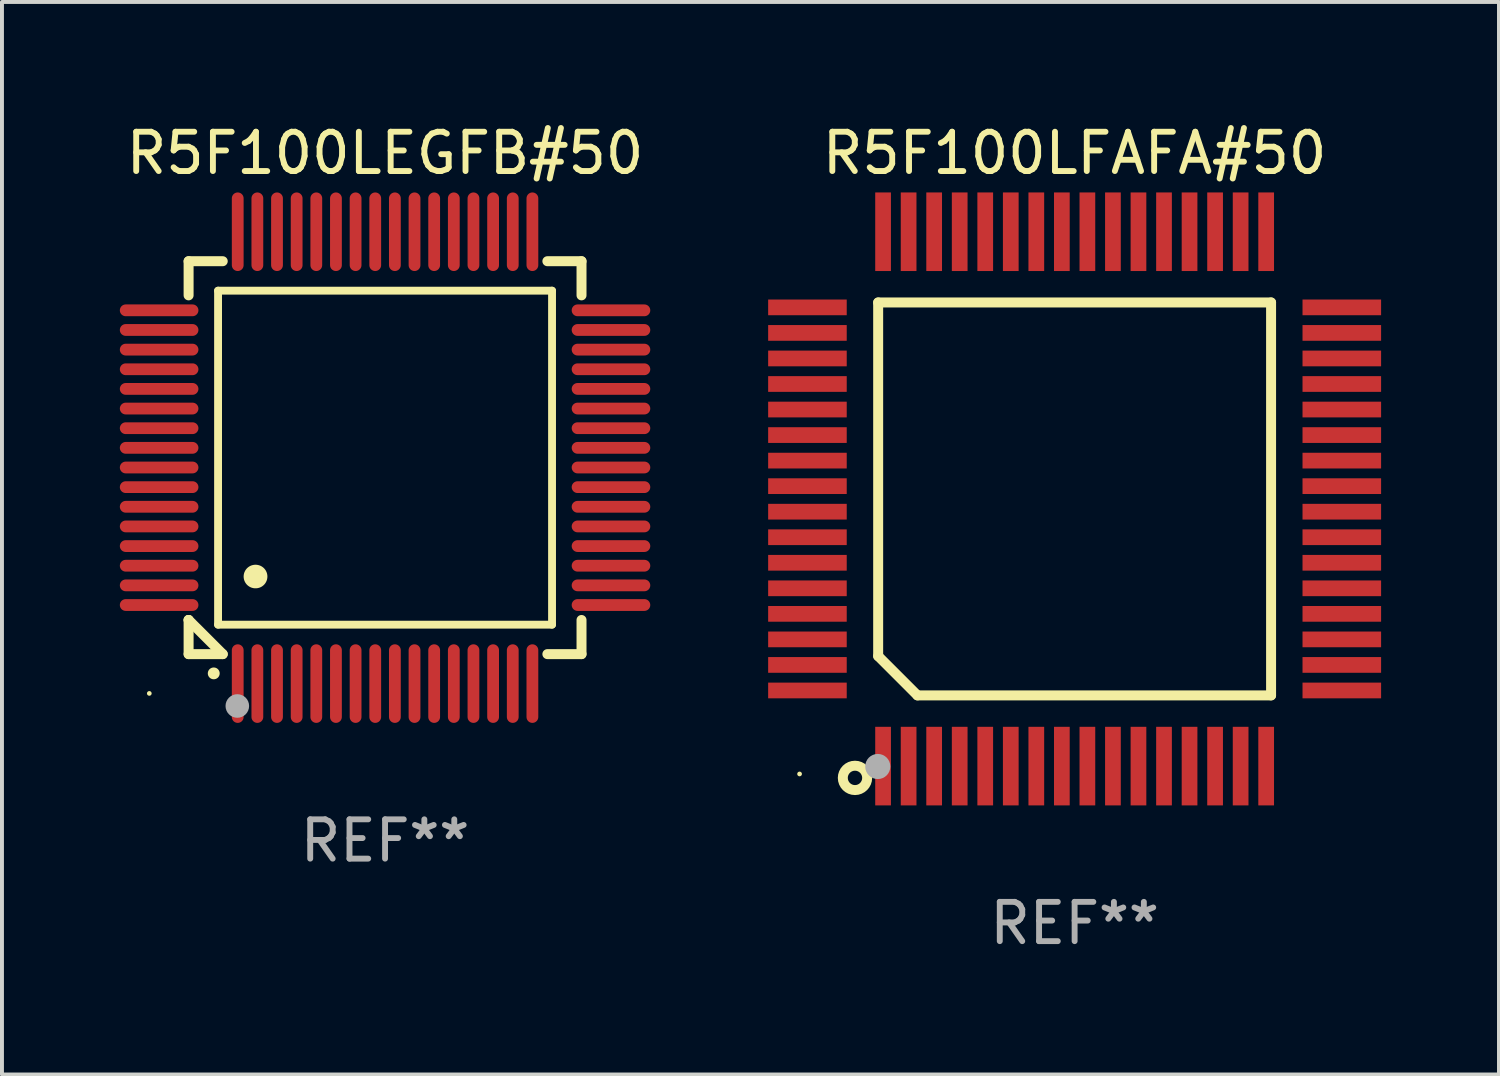
<source format=kicad_pcb>
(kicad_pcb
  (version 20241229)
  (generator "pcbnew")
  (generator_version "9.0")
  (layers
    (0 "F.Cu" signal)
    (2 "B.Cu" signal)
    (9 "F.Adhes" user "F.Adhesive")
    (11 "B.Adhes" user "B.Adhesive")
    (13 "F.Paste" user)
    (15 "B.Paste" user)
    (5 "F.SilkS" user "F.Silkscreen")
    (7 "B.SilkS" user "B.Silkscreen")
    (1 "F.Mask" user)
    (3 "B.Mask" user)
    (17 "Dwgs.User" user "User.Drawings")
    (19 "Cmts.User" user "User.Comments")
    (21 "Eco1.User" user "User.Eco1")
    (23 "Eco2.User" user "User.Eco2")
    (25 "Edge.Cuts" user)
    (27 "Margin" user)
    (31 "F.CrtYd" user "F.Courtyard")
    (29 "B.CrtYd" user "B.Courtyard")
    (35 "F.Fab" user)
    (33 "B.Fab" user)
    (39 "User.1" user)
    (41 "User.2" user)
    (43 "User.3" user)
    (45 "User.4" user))
  (footprint "R5F100LFAFA#50"
    (layer "F.Cu")
    (at 24.3 9.648)
    (property "Reference" "R5F100LFAFA#50" (at 0 -8.8 0) (layer "F.SilkS") (effects (font (size 1 1) (thickness 0.15))))
    (attr through_hole)
    (fp_line (start -5 -5) (end 5 -5) (stroke (width 0.254) (type solid)) (layer "F.SilkS"))
    (fp_line (start -5 4) (end -5 -5) (stroke (width 0.254) (type solid)) (layer "F.SilkS"))
    (fp_line (start -4 5) (end -5 4) (stroke (width 0.254) (type solid)) (layer "F.SilkS"))
    (fp_line (start 5 -5) (end 5 5) (stroke (width 0.254) (type solid)) (layer "F.SilkS"))
    (fp_line (start 5 5) (end -4 5) (stroke (width 0.254) (type solid)) (layer "F.SilkS"))
    (fp_circle (center -7 7) (end -6.97 7) (stroke (width 0.06) (type solid)) (fill no) (layer "F.SilkS"))
    (fp_circle (center -5.59 7.1) (end -5.28 7.1) (stroke (width 0.254) (type solid)) (fill no) (layer "F.SilkS"))
    (fp_circle (center -5.01 6.81) (end -4.85 6.81) (stroke (width 0.32) (type solid)) (fill no) (layer "F.Fab"))
    (fp_text user "REF**" (at 0 10.8 0) (layer "F.Fab") (effects (font (size 1 1) (thickness 0.15))))
    (pad "1" smd rect (at -4.875 6.8) (size 0.4 2) (layers "F.Cu" "F.Mask" "F.Paste"))
    (pad "2" smd rect (at -4.225 6.8) (size 0.4 2) (layers "F.Cu" "F.Mask" "F.Paste"))
    (pad "3" smd rect (at -3.575 6.8) (size 0.4 2) (layers "F.Cu" "F.Mask" "F.Paste"))
    (pad "4" smd rect (at -2.925 6.8) (size 0.4 2) (layers "F.Cu" "F.Mask" "F.Paste"))
    (pad "5" smd rect (at -2.275 6.8) (size 0.4 2) (layers "F.Cu" "F.Mask" "F.Paste"))
    (pad "6" smd rect (at -1.625 6.8) (size 0.4 2) (layers "F.Cu" "F.Mask" "F.Paste"))
    (pad "7" smd rect (at -0.975 6.8) (size 0.4 2) (layers "F.Cu" "F.Mask" "F.Paste"))
    (pad "8" smd rect (at -0.325 6.8) (size 0.4 2) (layers "F.Cu" "F.Mask" "F.Paste"))
    (pad "9" smd rect (at 0.325 6.8) (size 0.4 2) (layers "F.Cu" "F.Mask" "F.Paste"))
    (pad "10" smd rect (at 0.975 6.8) (size 0.4 2) (layers "F.Cu" "F.Mask" "F.Paste"))
    (pad "11" smd rect (at 1.625 6.8) (size 0.4 2) (layers "F.Cu" "F.Mask" "F.Paste"))
    (pad "12" smd rect (at 2.275 6.8) (size 0.4 2) (layers "F.Cu" "F.Mask" "F.Paste"))
    (pad "13" smd rect (at 2.925 6.8) (size 0.4 2) (layers "F.Cu" "F.Mask" "F.Paste"))
    (pad "14" smd rect (at 3.575 6.8) (size 0.4 2) (layers "F.Cu" "F.Mask" "F.Paste"))
    (pad "15" smd rect (at 4.225 6.8) (size 0.4 2) (layers "F.Cu" "F.Mask" "F.Paste"))
    (pad "16" smd rect (at 4.875 6.8) (size 0.4 2) (layers "F.Cu" "F.Mask" "F.Paste"))
    (pad "17" smd rect (at 6.8 4.875) (size 2 0.4) (layers "F.Cu" "F.Mask" "F.Paste"))
    (pad "18" smd rect (at 6.8 4.225) (size 2 0.4) (layers "F.Cu" "F.Mask" "F.Paste"))
    (pad "19" smd rect (at 6.8 3.575) (size 2 0.4) (layers "F.Cu" "F.Mask" "F.Paste"))
    (pad "20" smd rect (at 6.8 2.925) (size 2 0.4) (layers "F.Cu" "F.Mask" "F.Paste"))
    (pad "21" smd rect (at 6.8 2.275) (size 2 0.4) (layers "F.Cu" "F.Mask" "F.Paste"))
    (pad "22" smd rect (at 6.8 1.625) (size 2 0.4) (layers "F.Cu" "F.Mask" "F.Paste"))
    (pad "23" smd rect (at 6.8 0.975) (size 2 0.4) (layers "F.Cu" "F.Mask" "F.Paste"))
    (pad "24" smd rect (at 6.8 0.325) (size 2 0.4) (layers "F.Cu" "F.Mask" "F.Paste"))
    (pad "25" smd rect (at 6.8 -0.325) (size 2 0.4) (layers "F.Cu" "F.Mask" "F.Paste"))
    (pad "26" smd rect (at 6.8 -0.975) (size 2 0.4) (layers "F.Cu" "F.Mask" "F.Paste"))
    (pad "27" smd rect (at 6.8 -1.625) (size 2 0.4) (layers "F.Cu" "F.Mask" "F.Paste"))
    (pad "28" smd rect (at 6.8 -2.275) (size 2 0.4) (layers "F.Cu" "F.Mask" "F.Paste"))
    (pad "29" smd rect (at 6.8 -2.925) (size 2 0.4) (layers "F.Cu" "F.Mask" "F.Paste"))
    (pad "30" smd rect (at 6.8 -3.575) (size 2 0.4) (layers "F.Cu" "F.Mask" "F.Paste"))
    (pad "31" smd rect (at 6.8 -4.225) (size 2 0.4) (layers "F.Cu" "F.Mask" "F.Paste"))
    (pad "32" smd rect (at 6.8 -4.875) (size 2 0.4) (layers "F.Cu" "F.Mask" "F.Paste"))
    (pad "33" smd rect (at 4.875 -6.8) (size 0.4 2) (layers "F.Cu" "F.Mask" "F.Paste"))
    (pad "34" smd rect (at 4.225 -6.8) (size 0.4 2) (layers "F.Cu" "F.Mask" "F.Paste"))
    (pad "35" smd rect (at 3.575 -6.8) (size 0.4 2) (layers "F.Cu" "F.Mask" "F.Paste"))
    (pad "36" smd rect (at 2.925 -6.8) (size 0.4 2) (layers "F.Cu" "F.Mask" "F.Paste"))
    (pad "37" smd rect (at 2.275 -6.8) (size 0.4 2) (layers "F.Cu" "F.Mask" "F.Paste"))
    (pad "38" smd rect (at 1.625 -6.8) (size 0.4 2) (layers "F.Cu" "F.Mask" "F.Paste"))
    (pad "39" smd rect (at 0.975 -6.8) (size 0.4 2) (layers "F.Cu" "F.Mask" "F.Paste"))
    (pad "40" smd rect (at 0.325 -6.8) (size 0.4 2) (layers "F.Cu" "F.Mask" "F.Paste"))
    (pad "41" smd rect (at -0.325 -6.8) (size 0.4 2) (layers "F.Cu" "F.Mask" "F.Paste"))
    (pad "42" smd rect (at -0.975 -6.8) (size 0.4 2) (layers "F.Cu" "F.Mask" "F.Paste"))
    (pad "43" smd rect (at -1.625 -6.8) (size 0.4 2) (layers "F.Cu" "F.Mask" "F.Paste"))
    (pad "44" smd rect (at -2.275 -6.8) (size 0.4 2) (layers "F.Cu" "F.Mask" "F.Paste"))
    (pad "45" smd rect (at -2.925 -6.8) (size 0.4 2) (layers "F.Cu" "F.Mask" "F.Paste"))
    (pad "46" smd rect (at -3.575 -6.8) (size 0.4 2) (layers "F.Cu" "F.Mask" "F.Paste"))
    (pad "47" smd rect (at -4.225 -6.8) (size 0.4 2) (layers "F.Cu" "F.Mask" "F.Paste"))
    (pad "48" smd rect (at -4.875 -6.8) (size 0.4 2) (layers "F.Cu" "F.Mask" "F.Paste"))
    (pad "49" smd rect (at -6.8 -4.875) (size 2 0.4) (layers "F.Cu" "F.Mask" "F.Paste"))
    (pad "50" smd rect (at -6.8 -4.225) (size 2 0.4) (layers "F.Cu" "F.Mask" "F.Paste"))
    (pad "51" smd rect (at -6.8 -3.575) (size 2 0.4) (layers "F.Cu" "F.Mask" "F.Paste"))
    (pad "52" smd rect (at -6.8 -2.925) (size 2 0.4) (layers "F.Cu" "F.Mask" "F.Paste"))
    (pad "53" smd rect (at -6.8 -2.275) (size 2 0.4) (layers "F.Cu" "F.Mask" "F.Paste"))
    (pad "54" smd rect (at -6.8 -1.625) (size 2 0.4) (layers "F.Cu" "F.Mask" "F.Paste"))
    (pad "55" smd rect (at -6.8 -0.975) (size 2 0.4) (layers "F.Cu" "F.Mask" "F.Paste"))
    (pad "56" smd rect (at -6.8 -0.325) (size 2 0.4) (layers "F.Cu" "F.Mask" "F.Paste"))
    (pad "57" smd rect (at -6.8 0.325) (size 2 0.4) (layers "F.Cu" "F.Mask" "F.Paste"))
    (pad "58" smd rect (at -6.8 0.975) (size 2 0.4) (layers "F.Cu" "F.Mask" "F.Paste"))
    (pad "59" smd rect (at -6.8 1.625) (size 2 0.4) (layers "F.Cu" "F.Mask" "F.Paste"))
    (pad "60" smd rect (at -6.8 2.275) (size 2 0.4) (layers "F.Cu" "F.Mask" "F.Paste"))
    (pad "61" smd rect (at -6.8 2.925) (size 2 0.4) (layers "F.Cu" "F.Mask" "F.Paste"))
    (pad "62" smd rect (at -6.8 3.575) (size 2 0.4) (layers "F.Cu" "F.Mask" "F.Paste"))
    (pad "63" smd rect (at -6.8 4.225) (size 2 0.4) (layers "F.Cu" "F.Mask" "F.Paste"))
    (pad "64" smd rect (at -6.8 4.875) (size 2 0.4) (layers "F.Cu" "F.Mask" "F.Paste")))
  (footprint "R5F100LEGFB#50"
    (layer "F.Cu")
    (at 6.75 8.598)
    (property "Reference" "R5F100LEGFB#50" (at 0 -7.75 0) (layer "F.SilkS") (effects (font (size 1 1) (thickness 0.15))))
    (attr through_hole)
    (fp_line (start -5 -5) (end -4.131 -5) (stroke (width 0.254) (type solid)) (layer "F.SilkS"))
    (fp_line (start -5 -4.131) (end -5 -5) (stroke (width 0.254) (type solid)) (layer "F.SilkS"))
    (fp_line (start -5 4.131) (end -5 4.131) (stroke (width 0.254) (type solid)) (layer "F.SilkS"))
    (fp_line (start -5 5) (end -5 4.131) (stroke (width 0.254) (type solid)) (layer "F.SilkS"))
    (fp_line (start -5 4.131) (end -4.131 5) (stroke (width 0.254) (type solid)) (layer "F.SilkS"))
    (fp_line (start -4.25 -4.25) (end -4.25 4.25) (stroke (width 0.2) (type solid)) (layer "F.SilkS"))
    (fp_line (start -4.25 4.25) (end 4.25 4.25) (stroke (width 0.2) (type solid)) (layer "F.SilkS"))
    (fp_line (start -4.131 5) (end -5 5) (stroke (width 0.254) (type solid)) (layer "F.SilkS"))
    (fp_line (start 4.25 -4.25) (end -4.25 -4.25) (stroke (width 0.2) (type solid)) (layer "F.SilkS"))
    (fp_line (start 4.25 4.25) (end 4.25 -4.25) (stroke (width 0.2) (type solid)) (layer "F.SilkS"))
    (fp_line (start 5 -5) (end 4.131 -5) (stroke (width 0.254) (type solid)) (layer "F.SilkS"))
    (fp_line (start 5 -5) (end 5 -4.131) (stroke (width 0.254) (type solid)) (layer "F.SilkS"))
    (fp_line (start 5 4.131) (end 5 5) (stroke (width 0.254) (type solid)) (layer "F.SilkS"))
    (fp_line (start 5 5) (end 4.131 5) (stroke (width 0.254) (type solid)) (layer "F.SilkS"))
    (fp_arc (start -4.361265 5.489992) (mid -4.359995 5.489987) (end -4.358725 5.489992) (stroke (width 0.3) (type solid)) (layer "F.SilkS"))
    (fp_arc (start -3.299467 3.025146) (mid -3.296927 3.025135) (end -3.294387 3.025146) (stroke (width 0.6) (type solid)) (layer "F.SilkS"))
    (fp_circle (center -6 6) (end -5.97 6) (stroke (width 0.06) (type solid)) (fill no) (layer "F.SilkS"))
    (fp_circle (center -3.76 6.32) (end -3.61 6.32) (stroke (width 0.3) (type solid)) (fill no) (layer "F.Fab"))
    (fp_text user "REF**" (at 0 9.75 0) (layer "F.Fab") (effects (font (size 1 1) (thickness 0.15))))
    (pad "1" smd oval (at -3.75 5.75) (size 0.3 2) (layers "F.Cu" "F.Mask" "F.Paste"))
    (pad "2" smd oval (at -3.25 5.75) (size 0.3 2) (layers "F.Cu" "F.Mask" "F.Paste"))
    (pad "3" smd oval (at -2.75 5.75) (size 0.3 2) (layers "F.Cu" "F.Mask" "F.Paste"))
    (pad "4" smd oval (at -2.25 5.75) (size 0.3 2) (layers "F.Cu" "F.Mask" "F.Paste"))
    (pad "5" smd oval (at -1.75 5.75) (size 0.3 2) (layers "F.Cu" "F.Mask" "F.Paste"))
    (pad "6" smd oval (at -1.25 5.75) (size 0.3 2) (layers "F.Cu" "F.Mask" "F.Paste"))
    (pad "7" smd oval (at -0.75 5.75) (size 0.3 2) (layers "F.Cu" "F.Mask" "F.Paste"))
    (pad "8" smd oval (at -0.25 5.75) (size 0.3 2) (layers "F.Cu" "F.Mask" "F.Paste"))
    (pad "9" smd oval (at 0.25 5.75) (size 0.3 2) (layers "F.Cu" "F.Mask" "F.Paste"))
    (pad "10" smd oval (at 0.75 5.75) (size 0.3 2) (layers "F.Cu" "F.Mask" "F.Paste"))
    (pad "11" smd oval (at 1.25 5.75) (size 0.3 2) (layers "F.Cu" "F.Mask" "F.Paste"))
    (pad "12" smd oval (at 1.75 5.75) (size 0.3 2) (layers "F.Cu" "F.Mask" "F.Paste"))
    (pad "13" smd oval (at 2.25 5.75) (size 0.3 2) (layers "F.Cu" "F.Mask" "F.Paste"))
    (pad "14" smd oval (at 2.75 5.75) (size 0.3 2) (layers "F.Cu" "F.Mask" "F.Paste"))
    (pad "15" smd oval (at 3.25 5.75) (size 0.3 2) (layers "F.Cu" "F.Mask" "F.Paste"))
    (pad "16" smd oval (at 3.75 5.75) (size 0.3 2) (layers "F.Cu" "F.Mask" "F.Paste"))
    (pad "17" smd oval (at 5.75 3.75) (size 2 0.3) (layers "F.Cu" "F.Mask" "F.Paste"))
    (pad "18" smd oval (at 5.75 3.25) (size 2 0.3) (layers "F.Cu" "F.Mask" "F.Paste"))
    (pad "19" smd oval (at 5.75 2.75) (size 2 0.3) (layers "F.Cu" "F.Mask" "F.Paste"))
    (pad "20" smd oval (at 5.75 2.25) (size 2 0.3) (layers "F.Cu" "F.Mask" "F.Paste"))
    (pad "21" smd oval (at 5.75 1.75) (size 2 0.3) (layers "F.Cu" "F.Mask" "F.Paste"))
    (pad "22" smd oval (at 5.75 1.25) (size 2 0.3) (layers "F.Cu" "F.Mask" "F.Paste"))
    (pad "23" smd oval (at 5.75 0.75) (size 2 0.3) (layers "F.Cu" "F.Mask" "F.Paste"))
    (pad "24" smd oval (at 5.75 0.25) (size 2 0.3) (layers "F.Cu" "F.Mask" "F.Paste"))
    (pad "25" smd oval (at 5.75 -0.25) (size 2 0.3) (layers "F.Cu" "F.Mask" "F.Paste"))
    (pad "26" smd oval (at 5.75 -0.75) (size 2 0.3) (layers "F.Cu" "F.Mask" "F.Paste"))
    (pad "27" smd oval (at 5.75 -1.25) (size 2 0.3) (layers "F.Cu" "F.Mask" "F.Paste"))
    (pad "28" smd oval (at 5.75 -1.75) (size 2 0.3) (layers "F.Cu" "F.Mask" "F.Paste"))
    (pad "29" smd oval (at 5.75 -2.25) (size 2 0.3) (layers "F.Cu" "F.Mask" "F.Paste"))
    (pad "30" smd oval (at 5.75 -2.75) (size 2 0.3) (layers "F.Cu" "F.Mask" "F.Paste"))
    (pad "31" smd oval (at 5.75 -3.25) (size 2 0.3) (layers "F.Cu" "F.Mask" "F.Paste"))
    (pad "32" smd oval (at 5.75 -3.75) (size 2 0.3) (layers "F.Cu" "F.Mask" "F.Paste"))
    (pad "33" smd oval (at 3.75 -5.75) (size 0.3 2) (layers "F.Cu" "F.Mask" "F.Paste"))
    (pad "34" smd oval (at 3.25 -5.75) (size 0.3 2) (layers "F.Cu" "F.Mask" "F.Paste"))
    (pad "35" smd oval (at 2.75 -5.75) (size 0.3 2) (layers "F.Cu" "F.Mask" "F.Paste"))
    (pad "36" smd oval (at 2.25 -5.75) (size 0.3 2) (layers "F.Cu" "F.Mask" "F.Paste"))
    (pad "37" smd oval (at 1.75 -5.75) (size 0.3 2) (layers "F.Cu" "F.Mask" "F.Paste"))
    (pad "38" smd oval (at 1.25 -5.75) (size 0.3 2) (layers "F.Cu" "F.Mask" "F.Paste"))
    (pad "39" smd oval (at 0.75 -5.75) (size 0.3 2) (layers "F.Cu" "F.Mask" "F.Paste"))
    (pad "40" smd oval (at 0.25 -5.75) (size 0.3 2) (layers "F.Cu" "F.Mask" "F.Paste"))
    (pad "41" smd oval (at -0.25 -5.75) (size 0.3 2) (layers "F.Cu" "F.Mask" "F.Paste"))
    (pad "42" smd oval (at -0.75 -5.75) (size 0.3 2) (layers "F.Cu" "F.Mask" "F.Paste"))
    (pad "43" smd oval (at -1.25 -5.75) (size 0.3 2) (layers "F.Cu" "F.Mask" "F.Paste"))
    (pad "44" smd oval (at -1.75 -5.75) (size 0.3 2) (layers "F.Cu" "F.Mask" "F.Paste"))
    (pad "45" smd oval (at -2.25 -5.75) (size 0.3 2) (layers "F.Cu" "F.Mask" "F.Paste"))
    (pad "46" smd oval (at -2.75 -5.75) (size 0.3 2) (layers "F.Cu" "F.Mask" "F.Paste"))
    (pad "47" smd oval (at -3.25 -5.75) (size 0.3 2) (layers "F.Cu" "F.Mask" "F.Paste"))
    (pad "48" smd oval (at -3.75 -5.75) (size 0.3 2) (layers "F.Cu" "F.Mask" "F.Paste"))
    (pad "49" smd oval (at -5.75 -3.75) (size 2 0.3) (layers "F.Cu" "F.Mask" "F.Paste"))
    (pad "50" smd oval (at -5.75 -3.25) (size 2 0.3) (layers "F.Cu" "F.Mask" "F.Paste"))
    (pad "51" smd oval (at -5.75 -2.75) (size 2 0.3) (layers "F.Cu" "F.Mask" "F.Paste"))
    (pad "52" smd oval (at -5.75 -2.25) (size 2 0.3) (layers "F.Cu" "F.Mask" "F.Paste"))
    (pad "53" smd oval (at -5.75 -1.75) (size 2 0.3) (layers "F.Cu" "F.Mask" "F.Paste"))
    (pad "54" smd oval (at -5.75 -1.25) (size 2 0.3) (layers "F.Cu" "F.Mask" "F.Paste"))
    (pad "55" smd oval (at -5.75 -0.75) (size 2 0.3) (layers "F.Cu" "F.Mask" "F.Paste"))
    (pad "56" smd oval (at -5.75 -0.25) (size 2 0.3) (layers "F.Cu" "F.Mask" "F.Paste"))
    (pad "57" smd oval (at -5.75 0.25) (size 2 0.3) (layers "F.Cu" "F.Mask" "F.Paste"))
    (pad "58" smd oval (at -5.75 0.75) (size 2 0.3) (layers "F.Cu" "F.Mask" "F.Paste"))
    (pad "59" smd oval (at -5.75 1.25) (size 2 0.3) (layers "F.Cu" "F.Mask" "F.Paste"))
    (pad "60" smd oval (at -5.75 1.75) (size 2 0.3) (layers "F.Cu" "F.Mask" "F.Paste"))
    (pad "61" smd oval (at -5.75 2.25) (size 2 0.3) (layers "F.Cu" "F.Mask" "F.Paste"))
    (pad "62" smd oval (at -5.75 2.75) (size 2 0.3) (layers "F.Cu" "F.Mask" "F.Paste"))
    (pad "63" smd oval (at -5.75 3.25) (size 2 0.3) (layers "F.Cu" "F.Mask" "F.Paste"))
    (pad "64" smd oval (at -5.75 3.75) (size 2 0.3) (layers "F.Cu" "F.Mask" "F.Paste")))
  (gr_rect
    (start -3 -3)
    (end 35.1 24.297)
    (stroke (width 0.1) (type default))
    (fill no)
    (layer "Edge.Cuts")))
</source>
